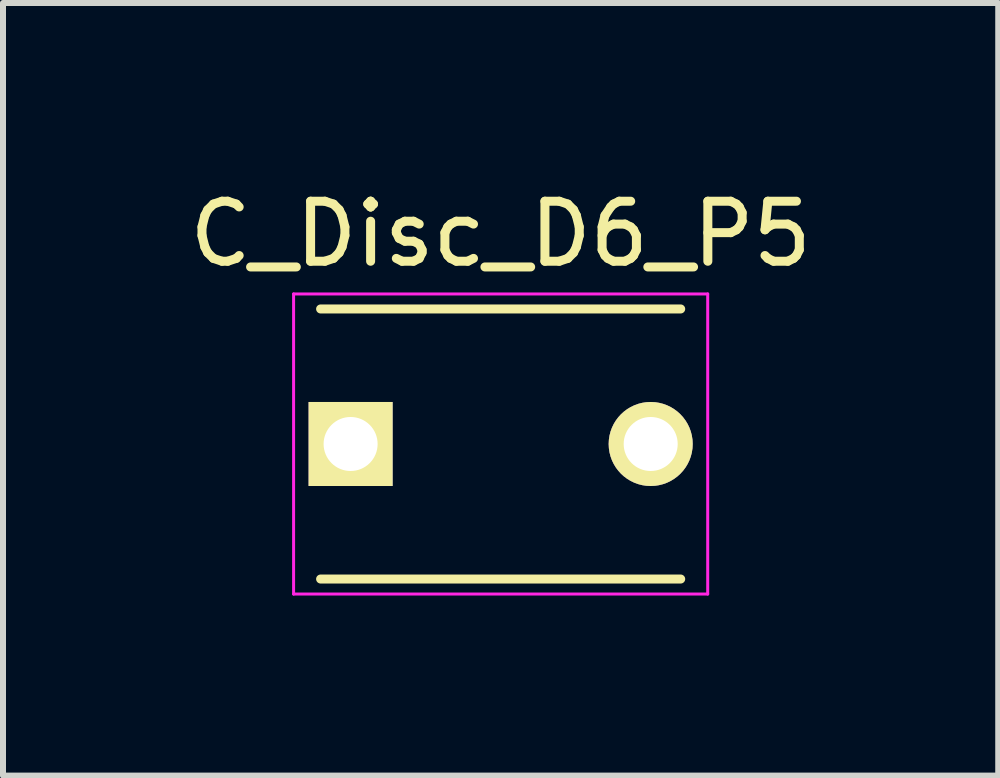
<source format=kicad_pcb>
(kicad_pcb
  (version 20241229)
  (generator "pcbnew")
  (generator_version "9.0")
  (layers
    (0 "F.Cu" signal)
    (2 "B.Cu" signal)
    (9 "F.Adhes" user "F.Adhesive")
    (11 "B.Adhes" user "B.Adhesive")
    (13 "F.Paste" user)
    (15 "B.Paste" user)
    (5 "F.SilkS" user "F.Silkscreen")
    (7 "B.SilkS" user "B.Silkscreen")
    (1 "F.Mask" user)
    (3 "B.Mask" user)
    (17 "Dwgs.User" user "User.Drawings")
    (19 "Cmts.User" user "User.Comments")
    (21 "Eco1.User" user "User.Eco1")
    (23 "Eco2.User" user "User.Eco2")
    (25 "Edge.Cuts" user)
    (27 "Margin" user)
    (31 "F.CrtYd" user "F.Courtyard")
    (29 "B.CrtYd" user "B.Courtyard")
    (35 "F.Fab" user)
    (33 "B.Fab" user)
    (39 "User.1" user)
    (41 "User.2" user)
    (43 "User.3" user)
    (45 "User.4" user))
  (footprint "C_Disc_D6_P5"
    (layer "F.Cu")
    (at 2.792 4.348)
    (property "Reference" "C_Disc_D6_P5" (at 2.5 -3.5 0) (layer "F.SilkS") (effects (font (size 1 1) (thickness 0.15))))
    (attr through_hole)
    (fp_line (start -0.5 -2.25) (end 5.5 -2.25) (stroke (width 0.15) (type solid)) (layer "F.SilkS"))
    (fp_line (start 5.5 2.25) (end -0.5 2.25) (stroke (width 0.15) (type solid)) (layer "F.SilkS"))
    (fp_line (start -0.95 -2.5) (end 5.95 -2.5) (stroke (width 0.05) (type solid)) (layer "F.CrtYd"))
    (fp_line (start -0.95 2.5) (end -0.95 -2.5) (stroke (width 0.05) (type solid)) (layer "F.CrtYd"))
    (fp_line (start 5.95 -2.5) (end 5.95 2.5) (stroke (width 0.05) (type solid)) (layer "F.CrtYd"))
    (fp_line (start 5.95 2.5) (end -0.95 2.5) (stroke (width 0.05) (type solid)) (layer "F.CrtYd"))
    (pad "1" thru_hole rect (at 0 0) (size 1.4 1.4) (drill 0.9) (layers "*.Cu" "*.Mask" "F.SilkS"))
    (pad "2" thru_hole circle (at 5 0) (size 1.4 1.4) (drill 0.9) (layers "*.Cu" "*.Mask" "F.SilkS")))
  (gr_rect
    (start -3 -3)
    (end 13.583 9.873)
    (stroke (width 0.1) (type default))
    (fill no)
    (layer "Edge.Cuts")))
</source>
